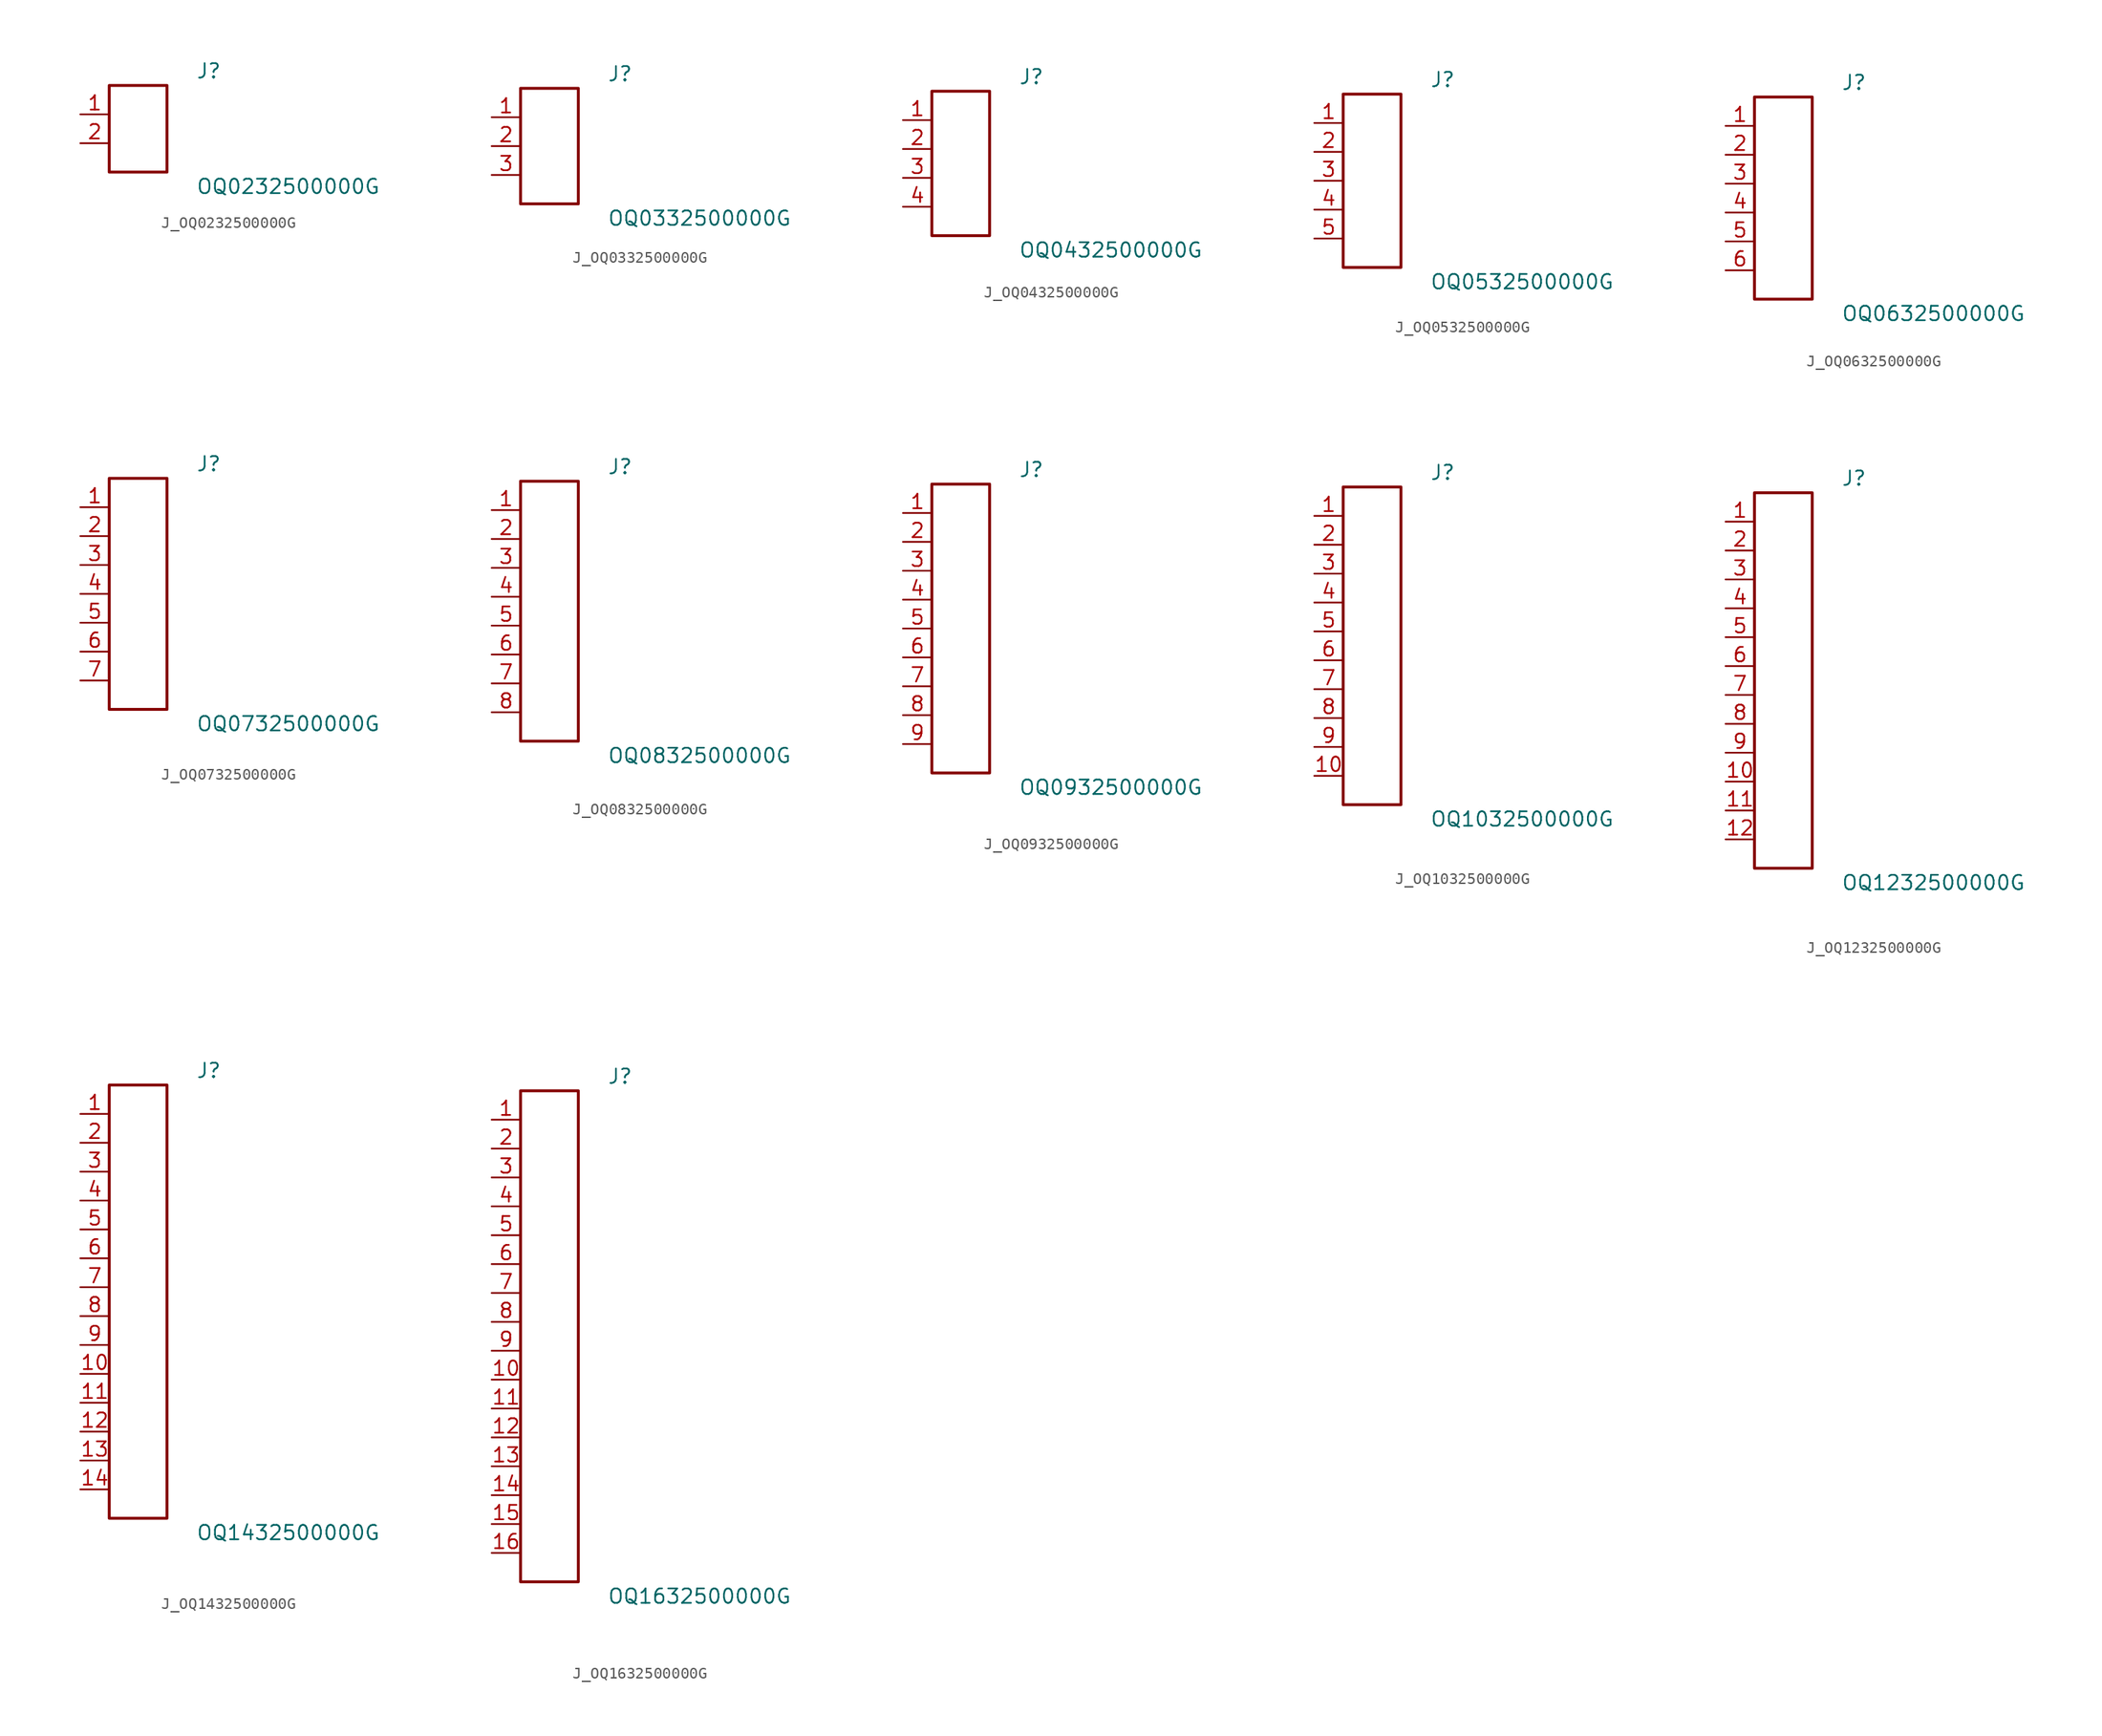
<source format=kicad_sym>
(kicad_symbol_lib
  (version 20231120)
  (generator kicad_symbol_editor)
  (generator_version 8.0)
  (symbol "J_OQ0232500000G"
    (pin_names
      (offset 0.254))
    (property "Reference" "J"
      (at 5.08 5.08 0)
      (effects (font (size 1.27 1.27)) (justify left)))
    (property "Value" "OQ0232500000G"
      (at 5.08 -5.08 0)
      (effects (font (size 1.27 1.27)) (justify left)))
    (symbol "J_OQ0232500000G_0_0"
      (pin passive line (at -5.08 1.27 0) (length 2.54) (name "" (effects (font (size 1.27 1.27)))) (number "1" (effects (font (size 1.27 1.27)))))
      (pin passive line (at -5.08 -1.27 0) (length 2.54) (name "" (effects (font (size 1.27 1.27)))) (number "2" (effects (font (size 1.27 1.27))))))
    (symbol "J_OQ0232500000G_1_0"
      (rectangle (start -2.54 3.81) (end 2.54 -3.81) (stroke (width 0.254) (type solid)) (fill (type none)))))
  (symbol "J_OQ0332500000G"
    (pin_names
      (offset 0.254))
    (property "Reference" "J"
      (at 5.08 6.35 0)
      (effects (font (size 1.27 1.27)) (justify left)))
    (property "Value" "OQ0332500000G"
      (at 5.08 -6.35 0)
      (effects (font (size 1.27 1.27)) (justify left)))
    (symbol "J_OQ0332500000G_0_0"
      (pin passive line (at -5.08 2.54 0) (length 2.54) (name "" (effects (font (size 1.27 1.27)))) (number "1" (effects (font (size 1.27 1.27)))))
      (pin passive line (at -5.08 0.0 0) (length 2.54) (name "" (effects (font (size 1.27 1.27)))) (number "2" (effects (font (size 1.27 1.27)))))
      (pin passive line (at -5.08 -2.54 0) (length 2.54) (name "" (effects (font (size 1.27 1.27)))) (number "3" (effects (font (size 1.27 1.27))))))
    (symbol "J_OQ0332500000G_1_0"
      (rectangle (start -2.54 5.08) (end 2.54 -5.08) (stroke (width 0.254) (type solid)) (fill (type none)))))
  (symbol "J_OQ0432500000G"
    (pin_names
      (offset 0.254))
    (property "Reference" "J"
      (at 5.08 7.62 0)
      (effects (font (size 1.27 1.27)) (justify left)))
    (property "Value" "OQ0432500000G"
      (at 5.08 -7.62 0)
      (effects (font (size 1.27 1.27)) (justify left)))
    (symbol "J_OQ0432500000G_0_0"
      (pin passive line (at -5.08 3.81 0) (length 2.54) (name "" (effects (font (size 1.27 1.27)))) (number "1" (effects (font (size 1.27 1.27)))))
      (pin passive line (at -5.08 1.27 0) (length 2.54) (name "" (effects (font (size 1.27 1.27)))) (number "2" (effects (font (size 1.27 1.27)))))
      (pin passive line (at -5.08 -1.27 0) (length 2.54) (name "" (effects (font (size 1.27 1.27)))) (number "3" (effects (font (size 1.27 1.27)))))
      (pin passive line (at -5.08 -3.81 0) (length 2.54) (name "" (effects (font (size 1.27 1.27)))) (number "4" (effects (font (size 1.27 1.27))))))
    (symbol "J_OQ0432500000G_1_0"
      (rectangle (start -2.54 6.35) (end 2.54 -6.35) (stroke (width 0.254) (type solid)) (fill (type none)))))
  (symbol "J_OQ0532500000G"
    (pin_names
      (offset 0.254))
    (property "Reference" "J"
      (at 5.08 8.89 0)
      (effects (font (size 1.27 1.27)) (justify left)))
    (property "Value" "OQ0532500000G"
      (at 5.08 -8.89 0)
      (effects (font (size 1.27 1.27)) (justify left)))
    (symbol "J_OQ0532500000G_0_0"
      (pin passive line (at -5.08 5.08 0) (length 2.54) (name "" (effects (font (size 1.27 1.27)))) (number "1" (effects (font (size 1.27 1.27)))))
      (pin passive line (at -5.08 2.54 0) (length 2.54) (name "" (effects (font (size 1.27 1.27)))) (number "2" (effects (font (size 1.27 1.27)))))
      (pin passive line (at -5.08 0.0 0) (length 2.54) (name "" (effects (font (size 1.27 1.27)))) (number "3" (effects (font (size 1.27 1.27)))))
      (pin passive line (at -5.08 -2.54 0) (length 2.54) (name "" (effects (font (size 1.27 1.27)))) (number "4" (effects (font (size 1.27 1.27)))))
      (pin passive line (at -5.08 -5.08 0) (length 2.54) (name "" (effects (font (size 1.27 1.27)))) (number "5" (effects (font (size 1.27 1.27))))))
    (symbol "J_OQ0532500000G_1_0"
      (rectangle (start -2.54 7.62) (end 2.54 -7.62) (stroke (width 0.254) (type solid)) (fill (type none)))))
  (symbol "J_OQ0632500000G"
    (pin_names
      (offset 0.254))
    (property "Reference" "J"
      (at 5.08 10.16 0)
      (effects (font (size 1.27 1.27)) (justify left)))
    (property "Value" "OQ0632500000G"
      (at 5.08 -10.16 0)
      (effects (font (size 1.27 1.27)) (justify left)))
    (symbol "J_OQ0632500000G_0_0"
      (pin passive line (at -5.08 6.35 0) (length 2.54) (name "" (effects (font (size 1.27 1.27)))) (number "1" (effects (font (size 1.27 1.27)))))
      (pin passive line (at -5.08 3.81 0) (length 2.54) (name "" (effects (font (size 1.27 1.27)))) (number "2" (effects (font (size 1.27 1.27)))))
      (pin passive line (at -5.08 1.27 0) (length 2.54) (name "" (effects (font (size 1.27 1.27)))) (number "3" (effects (font (size 1.27 1.27)))))
      (pin passive line (at -5.08 -1.27 0) (length 2.54) (name "" (effects (font (size 1.27 1.27)))) (number "4" (effects (font (size 1.27 1.27)))))
      (pin passive line (at -5.08 -3.81 0) (length 2.54) (name "" (effects (font (size 1.27 1.27)))) (number "5" (effects (font (size 1.27 1.27)))))
      (pin passive line (at -5.08 -6.35 0) (length 2.54) (name "" (effects (font (size 1.27 1.27)))) (number "6" (effects (font (size 1.27 1.27))))))
    (symbol "J_OQ0632500000G_1_0"
      (rectangle (start -2.54 8.89) (end 2.54 -8.89) (stroke (width 0.254) (type solid)) (fill (type none)))))
  (symbol "J_OQ0732500000G"
    (pin_names
      (offset 0.254))
    (property "Reference" "J"
      (at 5.08 11.43 0)
      (effects (font (size 1.27 1.27)) (justify left)))
    (property "Value" "OQ0732500000G"
      (at 5.08 -11.43 0)
      (effects (font (size 1.27 1.27)) (justify left)))
    (symbol "J_OQ0732500000G_0_0"
      (pin passive line (at -5.08 7.62 0) (length 2.54) (name "" (effects (font (size 1.27 1.27)))) (number "1" (effects (font (size 1.27 1.27)))))
      (pin passive line (at -5.08 5.08 0) (length 2.54) (name "" (effects (font (size 1.27 1.27)))) (number "2" (effects (font (size 1.27 1.27)))))
      (pin passive line (at -5.08 2.54 0) (length 2.54) (name "" (effects (font (size 1.27 1.27)))) (number "3" (effects (font (size 1.27 1.27)))))
      (pin passive line (at -5.08 0.0 0) (length 2.54) (name "" (effects (font (size 1.27 1.27)))) (number "4" (effects (font (size 1.27 1.27)))))
      (pin passive line (at -5.08 -2.54 0) (length 2.54) (name "" (effects (font (size 1.27 1.27)))) (number "5" (effects (font (size 1.27 1.27)))))
      (pin passive line (at -5.08 -5.08 0) (length 2.54) (name "" (effects (font (size 1.27 1.27)))) (number "6" (effects (font (size 1.27 1.27)))))
      (pin passive line (at -5.08 -7.62 0) (length 2.54) (name "" (effects (font (size 1.27 1.27)))) (number "7" (effects (font (size 1.27 1.27))))))
    (symbol "J_OQ0732500000G_1_0"
      (rectangle (start -2.54 10.16) (end 2.54 -10.16) (stroke (width 0.254) (type solid)) (fill (type none)))))
  (symbol "J_OQ0832500000G"
    (pin_names
      (offset 0.254))
    (property "Reference" "J"
      (at 5.08 12.7 0)
      (effects (font (size 1.27 1.27)) (justify left)))
    (property "Value" "OQ0832500000G"
      (at 5.08 -12.7 0)
      (effects (font (size 1.27 1.27)) (justify left)))
    (symbol "J_OQ0832500000G_0_0"
      (pin passive line (at -5.08 8.89 0) (length 2.54) (name "" (effects (font (size 1.27 1.27)))) (number "1" (effects (font (size 1.27 1.27)))))
      (pin passive line (at -5.08 6.35 0) (length 2.54) (name "" (effects (font (size 1.27 1.27)))) (number "2" (effects (font (size 1.27 1.27)))))
      (pin passive line (at -5.08 3.81 0) (length 2.54) (name "" (effects (font (size 1.27 1.27)))) (number "3" (effects (font (size 1.27 1.27)))))
      (pin passive line (at -5.08 1.27 0) (length 2.54) (name "" (effects (font (size 1.27 1.27)))) (number "4" (effects (font (size 1.27 1.27)))))
      (pin passive line (at -5.08 -1.27 0) (length 2.54) (name "" (effects (font (size 1.27 1.27)))) (number "5" (effects (font (size 1.27 1.27)))))
      (pin passive line (at -5.08 -3.81 0) (length 2.54) (name "" (effects (font (size 1.27 1.27)))) (number "6" (effects (font (size 1.27 1.27)))))
      (pin passive line (at -5.08 -6.35 0) (length 2.54) (name "" (effects (font (size 1.27 1.27)))) (number "7" (effects (font (size 1.27 1.27)))))
      (pin passive line (at -5.08 -8.89 0) (length 2.54) (name "" (effects (font (size 1.27 1.27)))) (number "8" (effects (font (size 1.27 1.27))))))
    (symbol "J_OQ0832500000G_1_0"
      (rectangle (start -2.54 11.43) (end 2.54 -11.43) (stroke (width 0.254) (type solid)) (fill (type none)))))
  (symbol "J_OQ0932500000G"
    (pin_names
      (offset 0.254))
    (property "Reference" "J"
      (at 5.08 13.97 0)
      (effects (font (size 1.27 1.27)) (justify left)))
    (property "Value" "OQ0932500000G"
      (at 5.08 -13.97 0)
      (effects (font (size 1.27 1.27)) (justify left)))
    (symbol "J_OQ0932500000G_0_0"
      (pin passive line (at -5.08 10.16 0) (length 2.54) (name "" (effects (font (size 1.27 1.27)))) (number "1" (effects (font (size 1.27 1.27)))))
      (pin passive line (at -5.08 7.62 0) (length 2.54) (name "" (effects (font (size 1.27 1.27)))) (number "2" (effects (font (size 1.27 1.27)))))
      (pin passive line (at -5.08 5.08 0) (length 2.54) (name "" (effects (font (size 1.27 1.27)))) (number "3" (effects (font (size 1.27 1.27)))))
      (pin passive line (at -5.08 2.54 0) (length 2.54) (name "" (effects (font (size 1.27 1.27)))) (number "4" (effects (font (size 1.27 1.27)))))
      (pin passive line (at -5.08 0.0 0) (length 2.54) (name "" (effects (font (size 1.27 1.27)))) (number "5" (effects (font (size 1.27 1.27)))))
      (pin passive line (at -5.08 -2.54 0) (length 2.54) (name "" (effects (font (size 1.27 1.27)))) (number "6" (effects (font (size 1.27 1.27)))))
      (pin passive line (at -5.08 -5.08 0) (length 2.54) (name "" (effects (font (size 1.27 1.27)))) (number "7" (effects (font (size 1.27 1.27)))))
      (pin passive line (at -5.08 -7.62 0) (length 2.54) (name "" (effects (font (size 1.27 1.27)))) (number "8" (effects (font (size 1.27 1.27)))))
      (pin passive line (at -5.08 -10.16 0) (length 2.54) (name "" (effects (font (size 1.27 1.27)))) (number "9" (effects (font (size 1.27 1.27))))))
    (symbol "J_OQ0932500000G_1_0"
      (rectangle (start -2.54 12.7) (end 2.54 -12.7) (stroke (width 0.254) (type solid)) (fill (type none)))))
  (symbol "J_OQ1032500000G"
    (pin_names
      (offset 0.254))
    (property "Reference" "J"
      (at 5.08 15.24 0)
      (effects (font (size 1.27 1.27)) (justify left)))
    (property "Value" "OQ1032500000G"
      (at 5.08 -15.24 0)
      (effects (font (size 1.27 1.27)) (justify left)))
    (symbol "J_OQ1032500000G_0_0"
      (pin passive line (at -5.08 11.43 0) (length 2.54) (name "" (effects (font (size 1.27 1.27)))) (number "1" (effects (font (size 1.27 1.27)))))
      (pin passive line (at -5.08 8.89 0) (length 2.54) (name "" (effects (font (size 1.27 1.27)))) (number "2" (effects (font (size 1.27 1.27)))))
      (pin passive line (at -5.08 6.35 0) (length 2.54) (name "" (effects (font (size 1.27 1.27)))) (number "3" (effects (font (size 1.27 1.27)))))
      (pin passive line (at -5.08 3.81 0) (length 2.54) (name "" (effects (font (size 1.27 1.27)))) (number "4" (effects (font (size 1.27 1.27)))))
      (pin passive line (at -5.08 1.27 0) (length 2.54) (name "" (effects (font (size 1.27 1.27)))) (number "5" (effects (font (size 1.27 1.27)))))
      (pin passive line (at -5.08 -1.27 0) (length 2.54) (name "" (effects (font (size 1.27 1.27)))) (number "6" (effects (font (size 1.27 1.27)))))
      (pin passive line (at -5.08 -3.81 0) (length 2.54) (name "" (effects (font (size 1.27 1.27)))) (number "7" (effects (font (size 1.27 1.27)))))
      (pin passive line (at -5.08 -6.35 0) (length 2.54) (name "" (effects (font (size 1.27 1.27)))) (number "8" (effects (font (size 1.27 1.27)))))
      (pin passive line (at -5.08 -8.89 0) (length 2.54) (name "" (effects (font (size 1.27 1.27)))) (number "9" (effects (font (size 1.27 1.27)))))
      (pin passive line (at -5.08 -11.43 0) (length 2.54) (name "" (effects (font (size 1.27 1.27)))) (number "10" (effects (font (size 1.27 1.27))))))
    (symbol "J_OQ1032500000G_1_0"
      (rectangle (start -2.54 13.97) (end 2.54 -13.97) (stroke (width 0.254) (type solid)) (fill (type none)))))
  (symbol "J_OQ1232500000G"
    (pin_names
      (offset 0.254))
    (property "Reference" "J"
      (at 5.08 17.78 0)
      (effects (font (size 1.27 1.27)) (justify left)))
    (property "Value" "OQ1232500000G"
      (at 5.08 -17.78 0)
      (effects (font (size 1.27 1.27)) (justify left)))
    (symbol "J_OQ1232500000G_0_0"
      (pin passive line (at -5.08 13.97 0) (length 2.54) (name "" (effects (font (size 1.27 1.27)))) (number "1" (effects (font (size 1.27 1.27)))))
      (pin passive line (at -5.08 11.43 0) (length 2.54) (name "" (effects (font (size 1.27 1.27)))) (number "2" (effects (font (size 1.27 1.27)))))
      (pin passive line (at -5.08 8.89 0) (length 2.54) (name "" (effects (font (size 1.27 1.27)))) (number "3" (effects (font (size 1.27 1.27)))))
      (pin passive line (at -5.08 6.35 0) (length 2.54) (name "" (effects (font (size 1.27 1.27)))) (number "4" (effects (font (size 1.27 1.27)))))
      (pin passive line (at -5.08 3.81 0) (length 2.54) (name "" (effects (font (size 1.27 1.27)))) (number "5" (effects (font (size 1.27 1.27)))))
      (pin passive line (at -5.08 1.27 0) (length 2.54) (name "" (effects (font (size 1.27 1.27)))) (number "6" (effects (font (size 1.27 1.27)))))
      (pin passive line (at -5.08 -1.27 0) (length 2.54) (name "" (effects (font (size 1.27 1.27)))) (number "7" (effects (font (size 1.27 1.27)))))
      (pin passive line (at -5.08 -3.81 0) (length 2.54) (name "" (effects (font (size 1.27 1.27)))) (number "8" (effects (font (size 1.27 1.27)))))
      (pin passive line (at -5.08 -6.35 0) (length 2.54) (name "" (effects (font (size 1.27 1.27)))) (number "9" (effects (font (size 1.27 1.27)))))
      (pin passive line (at -5.08 -8.89 0) (length 2.54) (name "" (effects (font (size 1.27 1.27)))) (number "10" (effects (font (size 1.27 1.27)))))
      (pin passive line (at -5.08 -11.43 0) (length 2.54) (name "" (effects (font (size 1.27 1.27)))) (number "11" (effects (font (size 1.27 1.27)))))
      (pin passive line (at -5.08 -13.97 0) (length 2.54) (name "" (effects (font (size 1.27 1.27)))) (number "12" (effects (font (size 1.27 1.27))))))
    (symbol "J_OQ1232500000G_1_0"
      (rectangle (start -2.54 16.51) (end 2.54 -16.51) (stroke (width 0.254) (type solid)) (fill (type none)))))
  (symbol "J_OQ1432500000G"
    (pin_names
      (offset 0.254))
    (property "Reference" "J"
      (at 5.08 20.32 0)
      (effects (font (size 1.27 1.27)) (justify left)))
    (property "Value" "OQ1432500000G"
      (at 5.08 -20.32 0)
      (effects (font (size 1.27 1.27)) (justify left)))
    (symbol "J_OQ1432500000G_0_0"
      (pin passive line (at -5.08 16.51 0) (length 2.54) (name "" (effects (font (size 1.27 1.27)))) (number "1" (effects (font (size 1.27 1.27)))))
      (pin passive line (at -5.08 13.97 0) (length 2.54) (name "" (effects (font (size 1.27 1.27)))) (number "2" (effects (font (size 1.27 1.27)))))
      (pin passive line (at -5.08 11.43 0) (length 2.54) (name "" (effects (font (size 1.27 1.27)))) (number "3" (effects (font (size 1.27 1.27)))))
      (pin passive line (at -5.08 8.89 0) (length 2.54) (name "" (effects (font (size 1.27 1.27)))) (number "4" (effects (font (size 1.27 1.27)))))
      (pin passive line (at -5.08 6.35 0) (length 2.54) (name "" (effects (font (size 1.27 1.27)))) (number "5" (effects (font (size 1.27 1.27)))))
      (pin passive line (at -5.08 3.81 0) (length 2.54) (name "" (effects (font (size 1.27 1.27)))) (number "6" (effects (font (size 1.27 1.27)))))
      (pin passive line (at -5.08 1.27 0) (length 2.54) (name "" (effects (font (size 1.27 1.27)))) (number "7" (effects (font (size 1.27 1.27)))))
      (pin passive line (at -5.08 -1.27 0) (length 2.54) (name "" (effects (font (size 1.27 1.27)))) (number "8" (effects (font (size 1.27 1.27)))))
      (pin passive line (at -5.08 -3.81 0) (length 2.54) (name "" (effects (font (size 1.27 1.27)))) (number "9" (effects (font (size 1.27 1.27)))))
      (pin passive line (at -5.08 -6.35 0) (length 2.54) (name "" (effects (font (size 1.27 1.27)))) (number "10" (effects (font (size 1.27 1.27)))))
      (pin passive line (at -5.08 -8.89 0) (length 2.54) (name "" (effects (font (size 1.27 1.27)))) (number "11" (effects (font (size 1.27 1.27)))))
      (pin passive line (at -5.08 -11.43 0) (length 2.54) (name "" (effects (font (size 1.27 1.27)))) (number "12" (effects (font (size 1.27 1.27)))))
      (pin passive line (at -5.08 -13.97 0) (length 2.54) (name "" (effects (font (size 1.27 1.27)))) (number "13" (effects (font (size 1.27 1.27)))))
      (pin passive line (at -5.08 -16.51 0) (length 2.54) (name "" (effects (font (size 1.27 1.27)))) (number "14" (effects (font (size 1.27 1.27))))))
    (symbol "J_OQ1432500000G_1_0"
      (rectangle (start -2.54 19.05) (end 2.54 -19.05) (stroke (width 0.254) (type solid)) (fill (type none)))))
  (symbol "J_OQ1632500000G"
    (pin_names
      (offset 0.254))
    (property "Reference" "J"
      (at 5.08 22.86 0)
      (effects (font (size 1.27 1.27)) (justify left)))
    (property "Value" "OQ1632500000G"
      (at 5.08 -22.86 0)
      (effects (font (size 1.27 1.27)) (justify left)))
    (symbol "J_OQ1632500000G_0_0"
      (pin passive line (at -5.08 19.05 0) (length 2.54) (name "" (effects (font (size 1.27 1.27)))) (number "1" (effects (font (size 1.27 1.27)))))
      (pin passive line (at -5.08 16.51 0) (length 2.54) (name "" (effects (font (size 1.27 1.27)))) (number "2" (effects (font (size 1.27 1.27)))))
      (pin passive line (at -5.08 13.97 0) (length 2.54) (name "" (effects (font (size 1.27 1.27)))) (number "3" (effects (font (size 1.27 1.27)))))
      (pin passive line (at -5.08 11.43 0) (length 2.54) (name "" (effects (font (size 1.27 1.27)))) (number "4" (effects (font (size 1.27 1.27)))))
      (pin passive line (at -5.08 8.89 0) (length 2.54) (name "" (effects (font (size 1.27 1.27)))) (number "5" (effects (font (size 1.27 1.27)))))
      (pin passive line (at -5.08 6.35 0) (length 2.54) (name "" (effects (font (size 1.27 1.27)))) (number "6" (effects (font (size 1.27 1.27)))))
      (pin passive line (at -5.08 3.81 0) (length 2.54) (name "" (effects (font (size 1.27 1.27)))) (number "7" (effects (font (size 1.27 1.27)))))
      (pin passive line (at -5.08 1.27 0) (length 2.54) (name "" (effects (font (size 1.27 1.27)))) (number "8" (effects (font (size 1.27 1.27)))))
      (pin passive line (at -5.08 -1.27 0) (length 2.54) (name "" (effects (font (size 1.27 1.27)))) (number "9" (effects (font (size 1.27 1.27)))))
      (pin passive line (at -5.08 -3.81 0) (length 2.54) (name "" (effects (font (size 1.27 1.27)))) (number "10" (effects (font (size 1.27 1.27)))))
      (pin passive line (at -5.08 -6.35 0) (length 2.54) (name "" (effects (font (size 1.27 1.27)))) (number "11" (effects (font (size 1.27 1.27)))))
      (pin passive line (at -5.08 -8.89 0) (length 2.54) (name "" (effects (font (size 1.27 1.27)))) (number "12" (effects (font (size 1.27 1.27)))))
      (pin passive line (at -5.08 -11.43 0) (length 2.54) (name "" (effects (font (size 1.27 1.27)))) (number "13" (effects (font (size 1.27 1.27)))))
      (pin passive line (at -5.08 -13.97 0) (length 2.54) (name "" (effects (font (size 1.27 1.27)))) (number "14" (effects (font (size 1.27 1.27)))))
      (pin passive line (at -5.08 -16.51 0) (length 2.54) (name "" (effects (font (size 1.27 1.27)))) (number "15" (effects (font (size 1.27 1.27)))))
      (pin passive line (at -5.08 -19.05 0) (length 2.54) (name "" (effects (font (size 1.27 1.27)))) (number "16" (effects (font (size 1.27 1.27))))))
    (symbol "J_OQ1632500000G_1_0"
      (rectangle (start -2.54 21.59) (end 2.54 -21.59) (stroke (width 0.254) (type solid)) (fill (type none))))))
</source>
